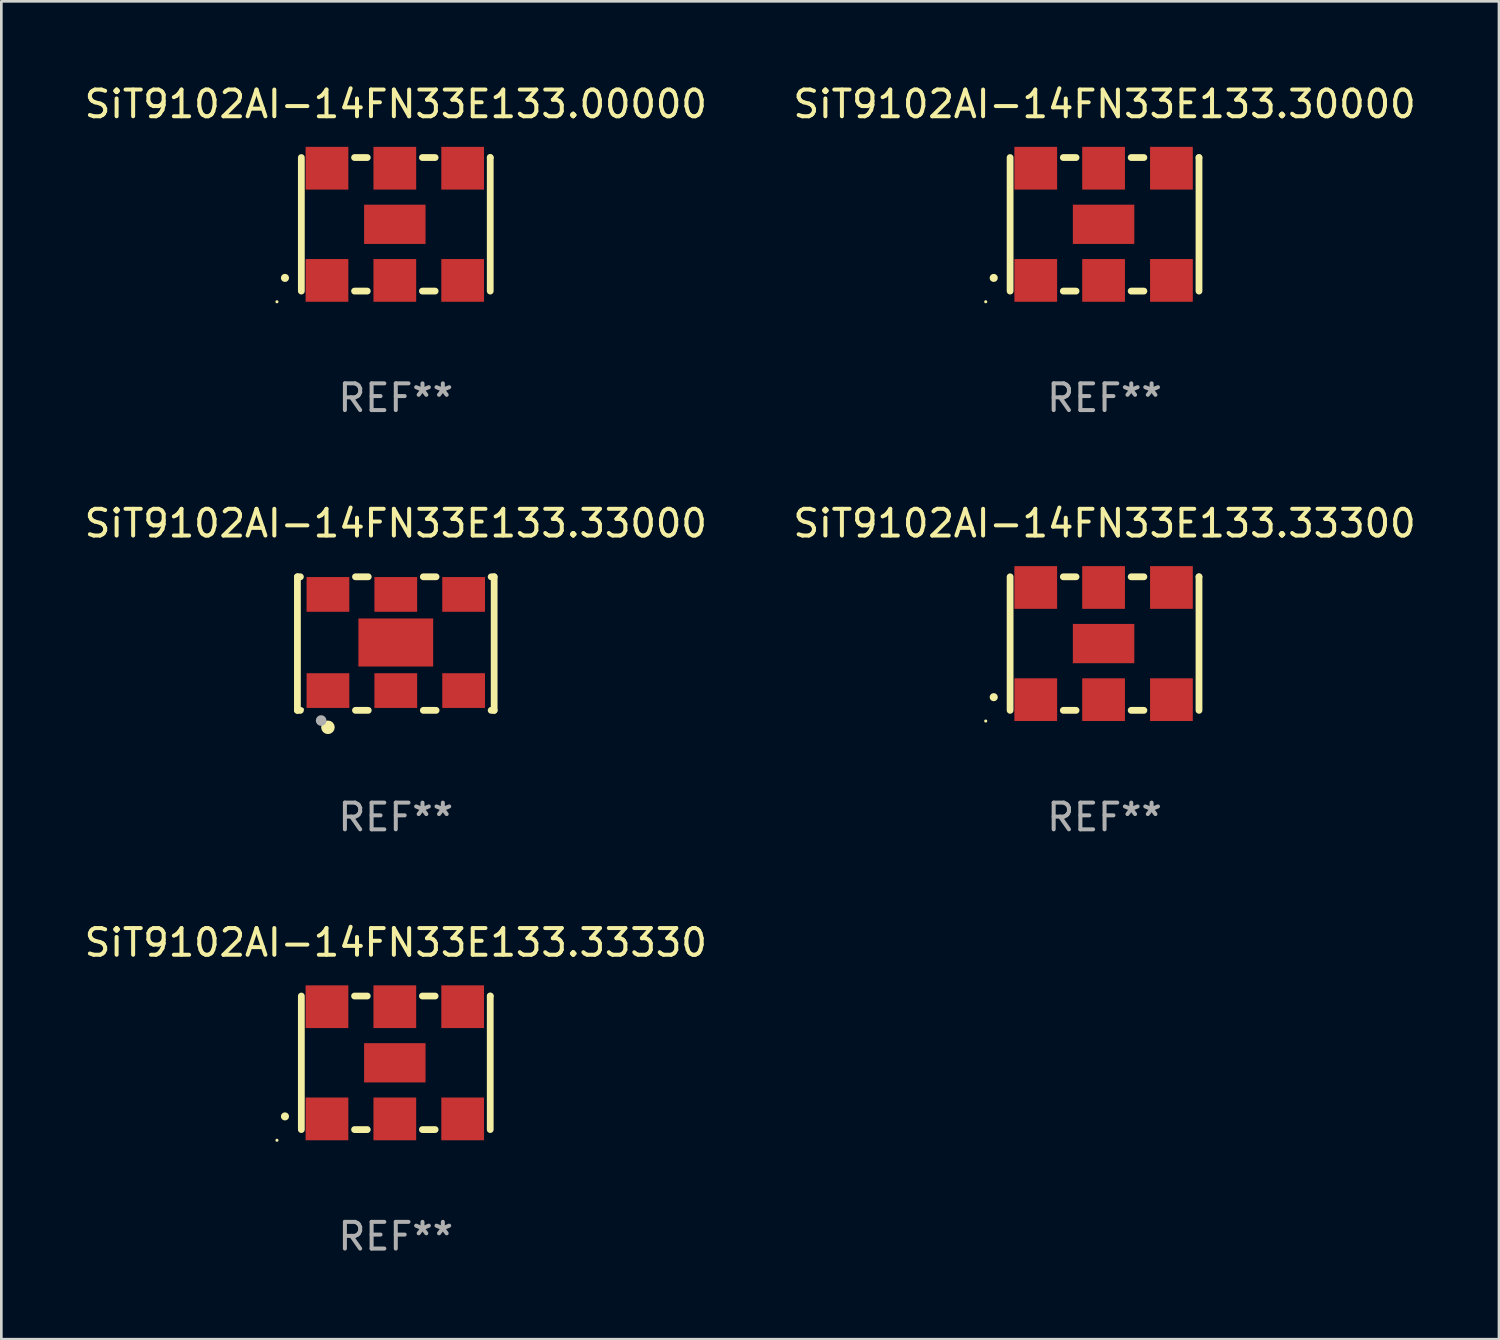
<source format=kicad_pcb>
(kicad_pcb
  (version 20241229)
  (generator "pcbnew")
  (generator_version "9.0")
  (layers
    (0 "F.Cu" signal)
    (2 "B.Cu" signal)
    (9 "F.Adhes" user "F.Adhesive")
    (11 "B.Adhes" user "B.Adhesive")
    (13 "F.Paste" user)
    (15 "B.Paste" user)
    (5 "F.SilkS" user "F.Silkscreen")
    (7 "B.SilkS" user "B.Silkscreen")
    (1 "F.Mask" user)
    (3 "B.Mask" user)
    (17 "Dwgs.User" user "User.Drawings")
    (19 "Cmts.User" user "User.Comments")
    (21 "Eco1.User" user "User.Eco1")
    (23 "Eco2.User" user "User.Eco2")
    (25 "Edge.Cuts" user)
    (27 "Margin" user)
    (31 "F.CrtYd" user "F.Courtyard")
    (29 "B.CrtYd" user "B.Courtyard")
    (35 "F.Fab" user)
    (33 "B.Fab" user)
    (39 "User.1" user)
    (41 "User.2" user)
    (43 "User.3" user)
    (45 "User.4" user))
  (footprint "SiT9102AI-14FN33E133.00000"
    (layer "F.Cu")
    (at 11.768 5.348)
    (property "Reference" "SiT9102AI-14FN33E133.00000" (at 0 -4.5 0) (layer "F.SilkS") (effects (font (size 1 1) (thickness 0.15))))
    (attr through_hole)
    (fp_line (start -3.536 -2.5) (end -3.536 2.5) (stroke (width 0.254) (type solid)) (layer "F.SilkS"))
    (fp_line (start -1.544 2.5) (end -1.067 2.5) (stroke (width 0.254) (type solid)) (layer "F.SilkS"))
    (fp_line (start -1.067 -2.5) (end -1.544 -2.5) (stroke (width 0.254) (type solid)) (layer "F.SilkS"))
    (fp_line (start 0.996 2.5) (end 1.473 2.5) (stroke (width 0.254) (type solid)) (layer "F.SilkS"))
    (fp_line (start 1.473 -2.5) (end 0.996 -2.5) (stroke (width 0.254) (type solid)) (layer "F.SilkS"))
    (fp_line (start 3.536 -2.5) (end 3.536 -2.5) (stroke (width 0.254) (type solid)) (layer "F.SilkS"))
    (fp_line (start 3.536 2.5) (end 3.536 -2.5) (stroke (width 0.254) (type solid)) (layer "F.SilkS"))
    (fp_arc (start -4.150432 2.006604) (mid -4.149162 2.006599) (end -4.147892 2.006604) (stroke (width 0.3) (type solid)) (layer "F.SilkS"))
    (fp_circle (center -4.449 2.9) (end -4.419 2.9) (stroke (width 0.06) (type solid)) (fill no) (layer "F.SilkS"))
    (fp_text user "REF**" (at 0 6.5 0) (layer "F.Fab") (effects (font (size 1 1) (thickness 0.15))))
    (pad "1" smd rect (at -2.576 2.1) (size 1.6 1.6) (layers "F.Cu" "F.Mask" "F.Paste"))
    (pad "2" smd rect (at -0.036 2.1) (size 1.6 1.6) (layers "F.Cu" "F.Mask" "F.Paste"))
    (pad "3" smd rect (at 2.504 2.1) (size 1.6 1.6) (layers "F.Cu" "F.Mask" "F.Paste"))
    (pad "4" smd rect (at 2.504 -2.1) (size 1.6 1.6) (layers "F.Cu" "F.Mask" "F.Paste"))
    (pad "5" smd rect (at -0.036 -2.1) (size 1.6 1.6) (layers "F.Cu" "F.Mask" "F.Paste"))
    (pad "6" smd rect (at -2.576 -2.1) (size 1.6 1.6) (layers "F.Cu" "F.Mask" "F.Paste"))
    (pad "7" smd rect (at -0.036 0) (size 2.3 1.47) (layers "F.Cu" "F.Mask" "F.Paste")))
  (footprint "SiT9102AI-14FN33E133.33300"
    (layer "F.Cu")
    (at 38.304 21.045)
    (property "Reference" "SiT9102AI-14FN33E133.33300" (at 0 -4.5 0) (layer "F.SilkS") (effects (font (size 1 1) (thickness 0.15))))
    (attr through_hole)
    (fp_line (start -3.536 -2.5) (end -3.536 2.5) (stroke (width 0.254) (type solid)) (layer "F.SilkS"))
    (fp_line (start -1.544 2.5) (end -1.067 2.5) (stroke (width 0.254) (type solid)) (layer "F.SilkS"))
    (fp_line (start -1.067 -2.5) (end -1.544 -2.5) (stroke (width 0.254) (type solid)) (layer "F.SilkS"))
    (fp_line (start 0.996 2.5) (end 1.473 2.5) (stroke (width 0.254) (type solid)) (layer "F.SilkS"))
    (fp_line (start 1.473 -2.5) (end 0.996 -2.5) (stroke (width 0.254) (type solid)) (layer "F.SilkS"))
    (fp_line (start 3.536 -2.5) (end 3.536 -2.5) (stroke (width 0.254) (type solid)) (layer "F.SilkS"))
    (fp_line (start 3.536 2.5) (end 3.536 -2.5) (stroke (width 0.254) (type solid)) (layer "F.SilkS"))
    (fp_arc (start -4.150432 2.006604) (mid -4.149162 2.006599) (end -4.147892 2.006604) (stroke (width 0.3) (type solid)) (layer "F.SilkS"))
    (fp_circle (center -4.449 2.9) (end -4.419 2.9) (stroke (width 0.06) (type solid)) (fill no) (layer "F.SilkS"))
    (fp_text user "REF**" (at 0 6.5 0) (layer "F.Fab") (effects (font (size 1 1) (thickness 0.15))))
    (pad "1" smd rect (at -2.576 2.1) (size 1.6 1.6) (layers "F.Cu" "F.Mask" "F.Paste"))
    (pad "2" smd rect (at -0.036 2.1) (size 1.6 1.6) (layers "F.Cu" "F.Mask" "F.Paste"))
    (pad "3" smd rect (at 2.504 2.1) (size 1.6 1.6) (layers "F.Cu" "F.Mask" "F.Paste"))
    (pad "4" smd rect (at 2.504 -2.1) (size 1.6 1.6) (layers "F.Cu" "F.Mask" "F.Paste"))
    (pad "5" smd rect (at -0.036 -2.1) (size 1.6 1.6) (layers "F.Cu" "F.Mask" "F.Paste"))
    (pad "6" smd rect (at -2.576 -2.1) (size 1.6 1.6) (layers "F.Cu" "F.Mask" "F.Paste"))
    (pad "7" smd rect (at -0.036 0) (size 2.3 1.47) (layers "F.Cu" "F.Mask" "F.Paste")))
  (footprint "SiT9102AI-14FN33E133.33000"
    (layer "F.Cu")
    (at 11.768 21.045)
    (property "Reference" "SiT9102AI-14FN33E133.33000" (at 0 -4.5 0) (layer "F.SilkS") (effects (font (size 1 1) (thickness 0.15))))
    (attr through_hole)
    (fp_line (start -3.683 -2.5) (end -3.571 -2.5) (stroke (width 0.254) (type solid)) (layer "F.SilkS"))
    (fp_line (start -3.683 2.5) (end -3.683 -2.5) (stroke (width 0.254) (type solid)) (layer "F.SilkS"))
    (fp_line (start -3.683 2.5) (end -3.571 2.5) (stroke (width 0.254) (type solid)) (layer "F.SilkS"))
    (fp_line (start -1.509 -2.5) (end -1.031 -2.5) (stroke (width 0.254) (type solid)) (layer "F.SilkS"))
    (fp_line (start -1.509 2.5) (end -1.031 2.5) (stroke (width 0.254) (type solid)) (layer "F.SilkS"))
    (fp_line (start 1.031 -2.5) (end 1.509 -2.5) (stroke (width 0.254) (type solid)) (layer "F.SilkS"))
    (fp_line (start 1.031 2.5) (end 1.509 2.5) (stroke (width 0.254) (type solid)) (layer "F.SilkS"))
    (fp_line (start 3.571 -2.5) (end 3.683 -2.5) (stroke (width 0.254) (type solid)) (layer "F.SilkS"))
    (fp_line (start 3.571 2.5) (end 3.683 2.5) (stroke (width 0.254) (type solid)) (layer "F.SilkS"))
    (fp_line (start 3.683 2.5) (end 3.683 -2.5) (stroke (width 0.254) (type solid)) (layer "F.SilkS"))
    (fp_circle (center -3.5 2.46) (end -3.47 2.46) (stroke (width 0.06) (type solid)) (fill no) (layer "F.SilkS"))
    (fp_circle (center -2.54 3.135) (end -2.413 3.135) (stroke (width 0.254) (type solid)) (fill no) (layer "F.SilkS"))
    (fp_circle (center -2.794 2.881) (end -2.694 2.881) (stroke (width 0.2) (type solid)) (fill no) (layer "F.Fab"))
    (fp_text user "REF**" (at 0 6.5 0) (layer "F.Fab") (effects (font (size 1 1) (thickness 0.15))))
    (pad "1" smd rect (at -2.54 1.76) (size 1.6 1.3) (layers "F.Cu" "F.Mask" "F.Paste"))
    (pad "2" smd rect (at 0 1.76) (size 1.6 1.3) (layers "F.Cu" "F.Mask" "F.Paste"))
    (pad "3" smd rect (at 2.54 1.76) (size 1.6 1.3) (layers "F.Cu" "F.Mask" "F.Paste"))
    (pad "4" smd rect (at 2.54 -1.84) (size 1.6 1.3) (layers "F.Cu" "F.Mask" "F.Paste"))
    (pad "5" smd rect (at 0 -1.84) (size 1.6 1.3) (layers "F.Cu" "F.Mask" "F.Paste"))
    (pad "6" smd rect (at -2.54 -1.84) (size 1.6 1.3) (layers "F.Cu" "F.Mask" "F.Paste"))
    (pad "7" smd rect (at 0 -0.04) (size 2.8 1.8) (layers "F.Cu" "F.Mask" "F.Paste")))
  (footprint "SiT9102AI-14FN33E133.30000"
    (layer "F.Cu")
    (at 38.304 5.348)
    (property "Reference" "SiT9102AI-14FN33E133.30000" (at 0 -4.5 0) (layer "F.SilkS") (effects (font (size 1 1) (thickness 0.15))))
    (attr through_hole)
    (fp_line (start -3.536 -2.5) (end -3.536 2.5) (stroke (width 0.254) (type solid)) (layer "F.SilkS"))
    (fp_line (start -1.544 2.5) (end -1.067 2.5) (stroke (width 0.254) (type solid)) (layer "F.SilkS"))
    (fp_line (start -1.067 -2.5) (end -1.544 -2.5) (stroke (width 0.254) (type solid)) (layer "F.SilkS"))
    (fp_line (start 0.996 2.5) (end 1.473 2.5) (stroke (width 0.254) (type solid)) (layer "F.SilkS"))
    (fp_line (start 1.473 -2.5) (end 0.996 -2.5) (stroke (width 0.254) (type solid)) (layer "F.SilkS"))
    (fp_line (start 3.536 -2.5) (end 3.536 -2.5) (stroke (width 0.254) (type solid)) (layer "F.SilkS"))
    (fp_line (start 3.536 2.5) (end 3.536 -2.5) (stroke (width 0.254) (type solid)) (layer "F.SilkS"))
    (fp_arc (start -4.150432 2.006604) (mid -4.149162 2.006599) (end -4.147892 2.006604) (stroke (width 0.3) (type solid)) (layer "F.SilkS"))
    (fp_circle (center -4.449 2.9) (end -4.419 2.9) (stroke (width 0.06) (type solid)) (fill no) (layer "F.SilkS"))
    (fp_text user "REF**" (at 0 6.5 0) (layer "F.Fab") (effects (font (size 1 1) (thickness 0.15))))
    (pad "1" smd rect (at -2.576 2.1) (size 1.6 1.6) (layers "F.Cu" "F.Mask" "F.Paste"))
    (pad "2" smd rect (at -0.036 2.1) (size 1.6 1.6) (layers "F.Cu" "F.Mask" "F.Paste"))
    (pad "3" smd rect (at 2.504 2.1) (size 1.6 1.6) (layers "F.Cu" "F.Mask" "F.Paste"))
    (pad "4" smd rect (at 2.504 -2.1) (size 1.6 1.6) (layers "F.Cu" "F.Mask" "F.Paste"))
    (pad "5" smd rect (at -0.036 -2.1) (size 1.6 1.6) (layers "F.Cu" "F.Mask" "F.Paste"))
    (pad "6" smd rect (at -2.576 -2.1) (size 1.6 1.6) (layers "F.Cu" "F.Mask" "F.Paste"))
    (pad "7" smd rect (at -0.036 0) (size 2.3 1.47) (layers "F.Cu" "F.Mask" "F.Paste")))
  (footprint "SiT9102AI-14FN33E133.33330"
    (layer "F.Cu")
    (at 11.768 36.741)
    (property "Reference" "SiT9102AI-14FN33E133.33330" (at 0 -4.5 0) (layer "F.SilkS") (effects (font (size 1 1) (thickness 0.15))))
    (attr through_hole)
    (fp_line (start -3.536 -2.5) (end -3.536 2.5) (stroke (width 0.254) (type solid)) (layer "F.SilkS"))
    (fp_line (start -1.544 2.5) (end -1.067 2.5) (stroke (width 0.254) (type solid)) (layer "F.SilkS"))
    (fp_line (start -1.067 -2.5) (end -1.544 -2.5) (stroke (width 0.254) (type solid)) (layer "F.SilkS"))
    (fp_line (start 0.996 2.5) (end 1.473 2.5) (stroke (width 0.254) (type solid)) (layer "F.SilkS"))
    (fp_line (start 1.473 -2.5) (end 0.996 -2.5) (stroke (width 0.254) (type solid)) (layer "F.SilkS"))
    (fp_line (start 3.536 -2.5) (end 3.536 -2.5) (stroke (width 0.254) (type solid)) (layer "F.SilkS"))
    (fp_line (start 3.536 2.5) (end 3.536 -2.5) (stroke (width 0.254) (type solid)) (layer "F.SilkS"))
    (fp_arc (start -4.150432 2.006604) (mid -4.149162 2.006599) (end -4.147892 2.006604) (stroke (width 0.3) (type solid)) (layer "F.SilkS"))
    (fp_circle (center -4.449 2.9) (end -4.419 2.9) (stroke (width 0.06) (type solid)) (fill no) (layer "F.SilkS"))
    (fp_text user "REF**" (at 0 6.5 0) (layer "F.Fab") (effects (font (size 1 1) (thickness 0.15))))
    (pad "1" smd rect (at -2.576 2.1) (size 1.6 1.6) (layers "F.Cu" "F.Mask" "F.Paste"))
    (pad "2" smd rect (at -0.036 2.1) (size 1.6 1.6) (layers "F.Cu" "F.Mask" "F.Paste"))
    (pad "3" smd rect (at 2.504 2.1) (size 1.6 1.6) (layers "F.Cu" "F.Mask" "F.Paste"))
    (pad "4" smd rect (at 2.504 -2.1) (size 1.6 1.6) (layers "F.Cu" "F.Mask" "F.Paste"))
    (pad "5" smd rect (at -0.036 -2.1) (size 1.6 1.6) (layers "F.Cu" "F.Mask" "F.Paste"))
    (pad "6" smd rect (at -2.576 -2.1) (size 1.6 1.6) (layers "F.Cu" "F.Mask" "F.Paste"))
    (pad "7" smd rect (at -0.036 0) (size 2.3 1.47) (layers "F.Cu" "F.Mask" "F.Paste")))
  (gr_rect
    (start -3 -3)
    (end 53.071 47.09)
    (stroke (width 0.1) (type default))
    (fill no)
    (layer "Edge.Cuts")))
</source>
